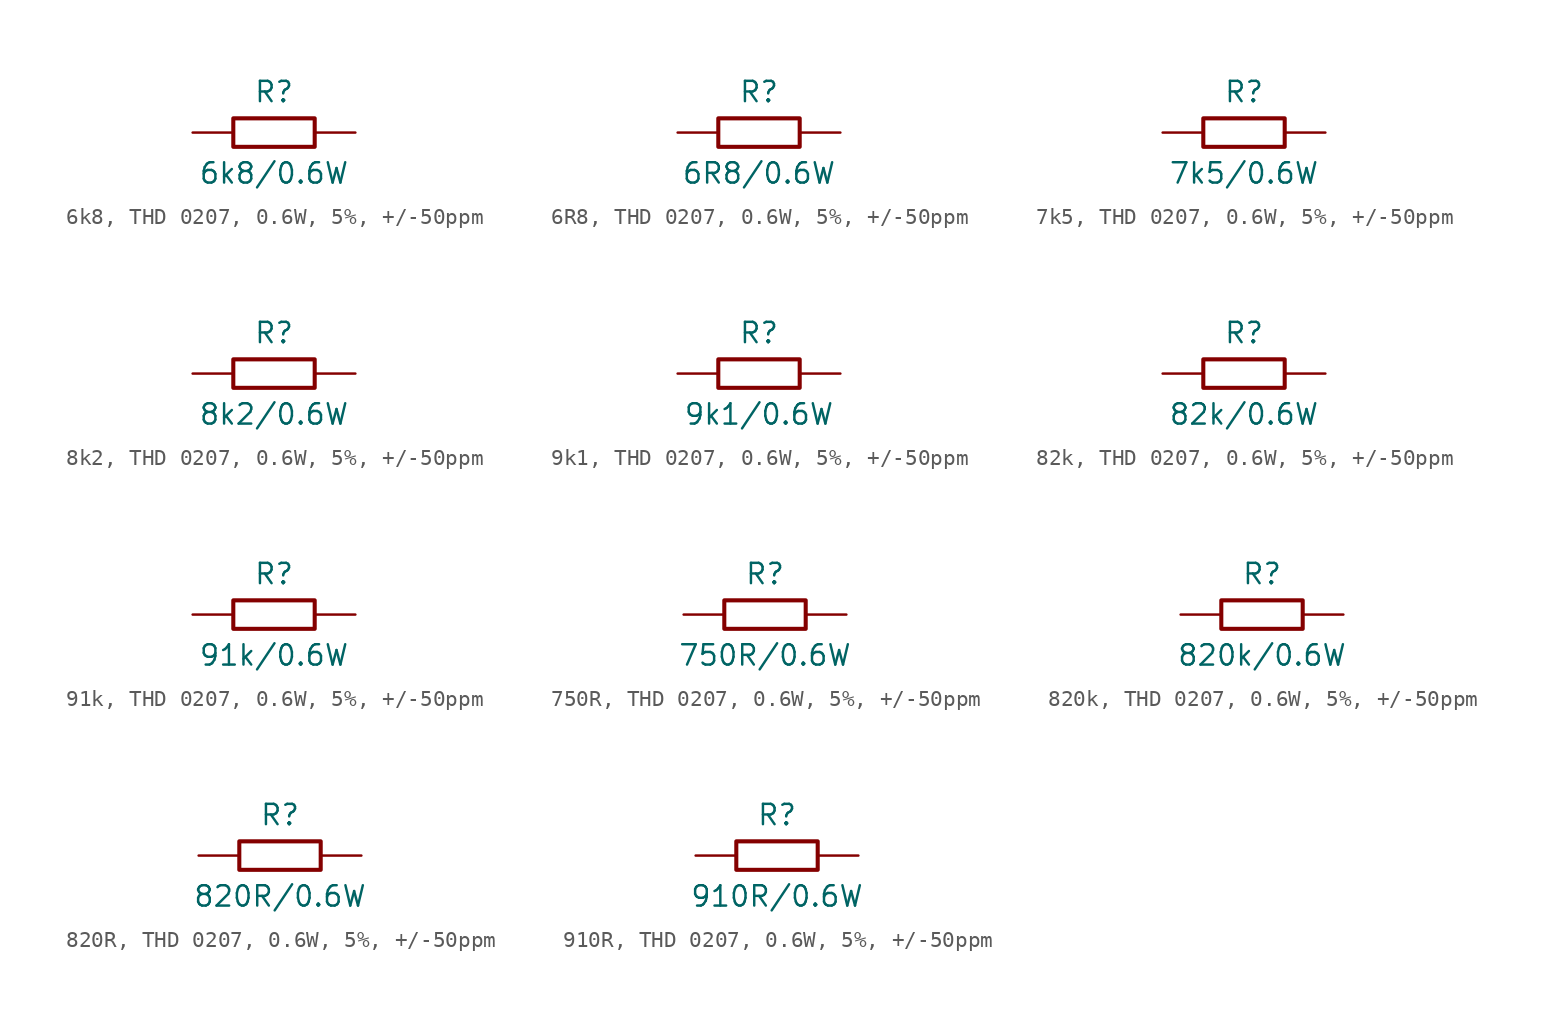
<source format=kicad_sym>
(kicad_symbol_lib
  (version 20220914)
  (generator kicad_symbol_editor)
  (symbol "6k8, THD 0207, 0.6W, 5%, +/-50ppm"
    (pin_numbers hide)
    (pin_names
      (offset 0) hide)
    (property "Reference" "R"
      (at 0 2.54 0)
      (effects (font (size 1.27 1.27))))
    (property "Value" "6k8/0.6W"
      (at 0 -2.54 0)
      (effects (font (size 1.27 1.27))))
    (symbol "6k8, THD 0207, 0.6W, 5%, +/-50ppm_0_1"
      (rectangle (start -2.54 0.889) (end 2.54 -0.889) (stroke (width 0.254) (type default)) (fill (type none))))
    (symbol "6k8, THD 0207, 0.6W, 5%, +/-50ppm_1_1"
      (pin passive line (at -5.08 0 0) (length 2.54) (name "1" (effects (font (size 1.27 1.27)))) (number "1" (effects (font (size 1.27 1.27)))))
      (pin passive line (at 5.08 0 180) (length 2.54) (name "2" (effects (font (size 1.27 1.27)))) (number "2" (effects (font (size 1.27 1.27)))))))
  (symbol "6R8, THD 0207, 0.6W, 5%, +/-50ppm"
    (pin_numbers hide)
    (pin_names
      (offset 0) hide)
    (property "Reference" "R"
      (at 0 2.54 0)
      (effects (font (size 1.27 1.27))))
    (property "Value" "6R8/0.6W"
      (at 0 -2.54 0)
      (effects (font (size 1.27 1.27))))
    (symbol "6R8, THD 0207, 0.6W, 5%, +/-50ppm_0_1"
      (rectangle (start -2.54 0.889) (end 2.54 -0.889) (stroke (width 0.254) (type default)) (fill (type none))))
    (symbol "6R8, THD 0207, 0.6W, 5%, +/-50ppm_1_1"
      (pin passive line (at -5.08 0 0) (length 2.54) (name "1" (effects (font (size 1.27 1.27)))) (number "1" (effects (font (size 1.27 1.27)))))
      (pin passive line (at 5.08 0 180) (length 2.54) (name "2" (effects (font (size 1.27 1.27)))) (number "2" (effects (font (size 1.27 1.27)))))))
  (symbol "7k5, THD 0207, 0.6W, 5%, +/-50ppm"
    (pin_numbers hide)
    (pin_names
      (offset 0) hide)
    (property "Reference" "R"
      (at 0 2.54 0)
      (effects (font (size 1.27 1.27))))
    (property "Value" "7k5/0.6W"
      (at 0 -2.54 0)
      (effects (font (size 1.27 1.27))))
    (symbol "7k5, THD 0207, 0.6W, 5%, +/-50ppm_0_1"
      (rectangle (start -2.54 0.889) (end 2.54 -0.889) (stroke (width 0.254) (type default)) (fill (type none))))
    (symbol "7k5, THD 0207, 0.6W, 5%, +/-50ppm_1_1"
      (pin passive line (at -5.08 0 0) (length 2.54) (name "1" (effects (font (size 1.27 1.27)))) (number "1" (effects (font (size 1.27 1.27)))))
      (pin passive line (at 5.08 0 180) (length 2.54) (name "2" (effects (font (size 1.27 1.27)))) (number "2" (effects (font (size 1.27 1.27)))))))
  (symbol "8k2, THD 0207, 0.6W, 5%, +/-50ppm"
    (pin_numbers hide)
    (pin_names
      (offset 0) hide)
    (property "Reference" "R"
      (at 0 2.54 0)
      (effects (font (size 1.27 1.27))))
    (property "Value" "8k2/0.6W"
      (at 0 -2.54 0)
      (effects (font (size 1.27 1.27))))
    (symbol "8k2, THD 0207, 0.6W, 5%, +/-50ppm_0_1"
      (rectangle (start -2.54 0.889) (end 2.54 -0.889) (stroke (width 0.254) (type default)) (fill (type none))))
    (symbol "8k2, THD 0207, 0.6W, 5%, +/-50ppm_1_1"
      (pin passive line (at -5.08 0 0) (length 2.54) (name "1" (effects (font (size 1.27 1.27)))) (number "1" (effects (font (size 1.27 1.27)))))
      (pin passive line (at 5.08 0 180) (length 2.54) (name "2" (effects (font (size 1.27 1.27)))) (number "2" (effects (font (size 1.27 1.27)))))))
  (symbol "9k1, THD 0207, 0.6W, 5%, +/-50ppm"
    (pin_numbers hide)
    (pin_names
      (offset 0) hide)
    (property "Reference" "R"
      (at 0 2.54 0)
      (effects (font (size 1.27 1.27))))
    (property "Value" "9k1/0.6W"
      (at 0 -2.54 0)
      (effects (font (size 1.27 1.27))))
    (symbol "9k1, THD 0207, 0.6W, 5%, +/-50ppm_0_1"
      (rectangle (start -2.54 0.889) (end 2.54 -0.889) (stroke (width 0.254) (type default)) (fill (type none))))
    (symbol "9k1, THD 0207, 0.6W, 5%, +/-50ppm_1_1"
      (pin passive line (at -5.08 0 0) (length 2.54) (name "1" (effects (font (size 1.27 1.27)))) (number "1" (effects (font (size 1.27 1.27)))))
      (pin passive line (at 5.08 0 180) (length 2.54) (name "2" (effects (font (size 1.27 1.27)))) (number "2" (effects (font (size 1.27 1.27)))))))
  (symbol "82k, THD 0207, 0.6W, 5%, +/-50ppm"
    (pin_numbers hide)
    (pin_names
      (offset 0) hide)
    (property "Reference" "R"
      (at 0 2.54 0)
      (effects (font (size 1.27 1.27))))
    (property "Value" "82k/0.6W"
      (at 0 -2.54 0)
      (effects (font (size 1.27 1.27))))
    (symbol "82k, THD 0207, 0.6W, 5%, +/-50ppm_0_1"
      (rectangle (start -2.54 0.889) (end 2.54 -0.889) (stroke (width 0.254) (type default)) (fill (type none))))
    (symbol "82k, THD 0207, 0.6W, 5%, +/-50ppm_1_1"
      (pin passive line (at -5.08 0 0) (length 2.54) (name "1" (effects (font (size 1.27 1.27)))) (number "1" (effects (font (size 1.27 1.27)))))
      (pin passive line (at 5.08 0 180) (length 2.54) (name "2" (effects (font (size 1.27 1.27)))) (number "2" (effects (font (size 1.27 1.27)))))))
  (symbol "91k, THD 0207, 0.6W, 5%, +/-50ppm"
    (pin_numbers hide)
    (pin_names
      (offset 0) hide)
    (property "Reference" "R"
      (at 0 2.54 0)
      (effects (font (size 1.27 1.27))))
    (property "Value" "91k/0.6W"
      (at 0 -2.54 0)
      (effects (font (size 1.27 1.27))))
    (symbol "91k, THD 0207, 0.6W, 5%, +/-50ppm_0_1"
      (rectangle (start -2.54 0.889) (end 2.54 -0.889) (stroke (width 0.254) (type default)) (fill (type none))))
    (symbol "91k, THD 0207, 0.6W, 5%, +/-50ppm_1_1"
      (pin passive line (at -5.08 0 0) (length 2.54) (name "1" (effects (font (size 1.27 1.27)))) (number "1" (effects (font (size 1.27 1.27)))))
      (pin passive line (at 5.08 0 180) (length 2.54) (name "2" (effects (font (size 1.27 1.27)))) (number "2" (effects (font (size 1.27 1.27)))))))
  (symbol "750R, THD 0207, 0.6W, 5%, +/-50ppm"
    (pin_numbers hide)
    (pin_names
      (offset 0) hide)
    (property "Reference" "R"
      (at 0 2.54 0)
      (effects (font (size 1.27 1.27))))
    (property "Value" "750R/0.6W"
      (at 0 -2.54 0)
      (effects (font (size 1.27 1.27))))
    (symbol "750R, THD 0207, 0.6W, 5%, +/-50ppm_0_1"
      (rectangle (start -2.54 0.889) (end 2.54 -0.889) (stroke (width 0.254) (type default)) (fill (type none))))
    (symbol "750R, THD 0207, 0.6W, 5%, +/-50ppm_1_1"
      (pin passive line (at -5.08 0 0) (length 2.54) (name "1" (effects (font (size 1.27 1.27)))) (number "1" (effects (font (size 1.27 1.27)))))
      (pin passive line (at 5.08 0 180) (length 2.54) (name "2" (effects (font (size 1.27 1.27)))) (number "2" (effects (font (size 1.27 1.27)))))))
  (symbol "820k, THD 0207, 0.6W, 5%, +/-50ppm"
    (pin_numbers hide)
    (pin_names
      (offset 0) hide)
    (property "Reference" "R"
      (at 0 2.54 0)
      (effects (font (size 1.27 1.27))))
    (property "Value" "820k/0.6W"
      (at 0 -2.54 0)
      (effects (font (size 1.27 1.27))))
    (symbol "820k, THD 0207, 0.6W, 5%, +/-50ppm_0_1"
      (rectangle (start -2.54 0.889) (end 2.54 -0.889) (stroke (width 0.254) (type default)) (fill (type none))))
    (symbol "820k, THD 0207, 0.6W, 5%, +/-50ppm_1_1"
      (pin passive line (at -5.08 0 0) (length 2.54) (name "1" (effects (font (size 1.27 1.27)))) (number "1" (effects (font (size 1.27 1.27)))))
      (pin passive line (at 5.08 0 180) (length 2.54) (name "2" (effects (font (size 1.27 1.27)))) (number "2" (effects (font (size 1.27 1.27)))))))
  (symbol "820R, THD 0207, 0.6W, 5%, +/-50ppm"
    (pin_numbers hide)
    (pin_names
      (offset 0) hide)
    (property "Reference" "R"
      (at 0 2.54 0)
      (effects (font (size 1.27 1.27))))
    (property "Value" "820R/0.6W"
      (at 0 -2.54 0)
      (effects (font (size 1.27 1.27))))
    (symbol "820R, THD 0207, 0.6W, 5%, +/-50ppm_0_1"
      (rectangle (start -2.54 0.889) (end 2.54 -0.889) (stroke (width 0.254) (type default)) (fill (type none))))
    (symbol "820R, THD 0207, 0.6W, 5%, +/-50ppm_1_1"
      (pin passive line (at -5.08 0 0) (length 2.54) (name "1" (effects (font (size 1.27 1.27)))) (number "1" (effects (font (size 1.27 1.27)))))
      (pin passive line (at 5.08 0 180) (length 2.54) (name "2" (effects (font (size 1.27 1.27)))) (number "2" (effects (font (size 1.27 1.27)))))))
  (symbol "910R, THD 0207, 0.6W, 5%, +/-50ppm"
    (pin_numbers hide)
    (pin_names
      (offset 0) hide)
    (property "Reference" "R"
      (at 0 2.54 0)
      (effects (font (size 1.27 1.27))))
    (property "Value" "910R/0.6W"
      (at 0 -2.54 0)
      (effects (font (size 1.27 1.27))))
    (symbol "910R, THD 0207, 0.6W, 5%, +/-50ppm_0_1"
      (rectangle (start -2.54 0.889) (end 2.54 -0.889) (stroke (width 0.254) (type default)) (fill (type none))))
    (symbol "910R, THD 0207, 0.6W, 5%, +/-50ppm_1_1"
      (pin passive line (at -5.08 0 0) (length 2.54) (name "1" (effects (font (size 1.27 1.27)))) (number "1" (effects (font (size 1.27 1.27)))))
      (pin passive line (at 5.08 0 180) (length 2.54) (name "2" (effects (font (size 1.27 1.27)))) (number "2" (effects (font (size 1.27 1.27))))))))
</source>
